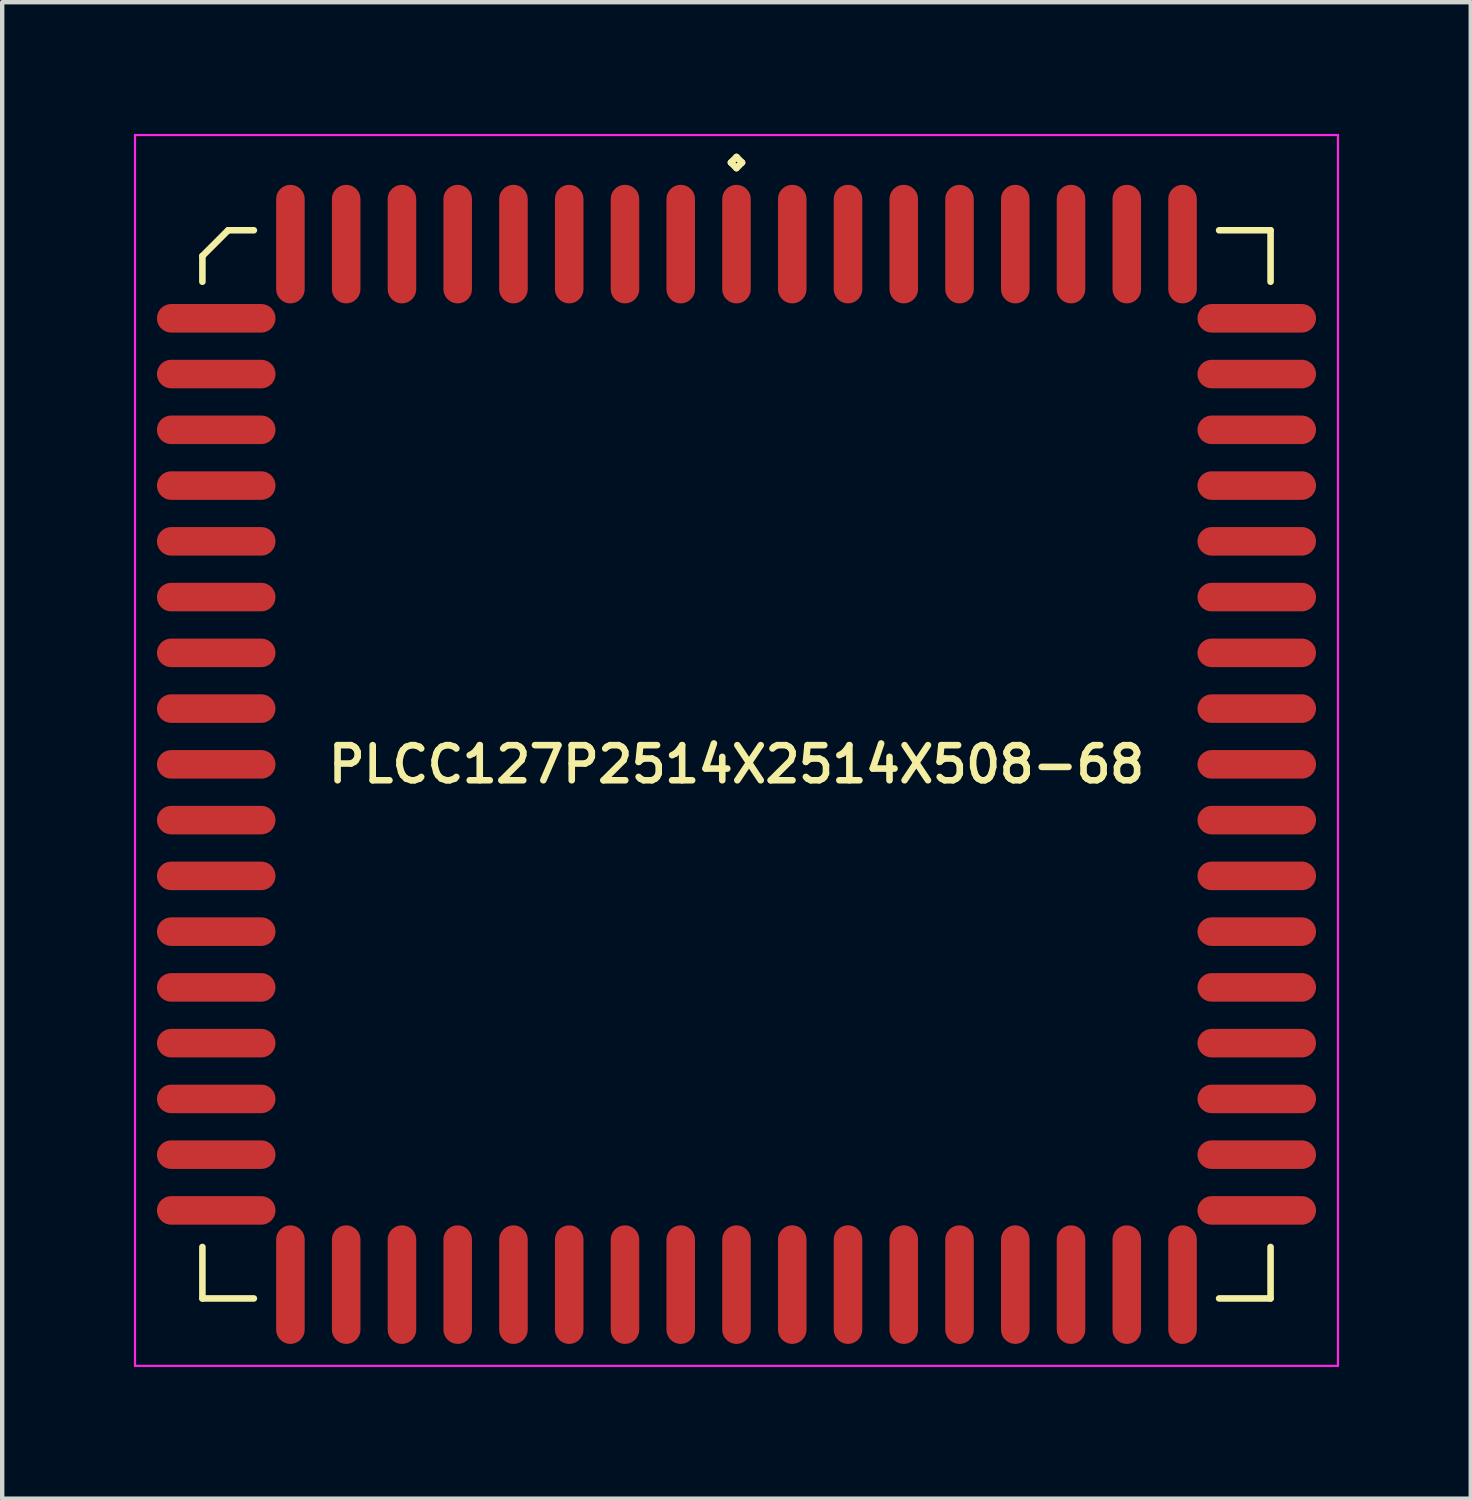
<source format=kicad_pcb>
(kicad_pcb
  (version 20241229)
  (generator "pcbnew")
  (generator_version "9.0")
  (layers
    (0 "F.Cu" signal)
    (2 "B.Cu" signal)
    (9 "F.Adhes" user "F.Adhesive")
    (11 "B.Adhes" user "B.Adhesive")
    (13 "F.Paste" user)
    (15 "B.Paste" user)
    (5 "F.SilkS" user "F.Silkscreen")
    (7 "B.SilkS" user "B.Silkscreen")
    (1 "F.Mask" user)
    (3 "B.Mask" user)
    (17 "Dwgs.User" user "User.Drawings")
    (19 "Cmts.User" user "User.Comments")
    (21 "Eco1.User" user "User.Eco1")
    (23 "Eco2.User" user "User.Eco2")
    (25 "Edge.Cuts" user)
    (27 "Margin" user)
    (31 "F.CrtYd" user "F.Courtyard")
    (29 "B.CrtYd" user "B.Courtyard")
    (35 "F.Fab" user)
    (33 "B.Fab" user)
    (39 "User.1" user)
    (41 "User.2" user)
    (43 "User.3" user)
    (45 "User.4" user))
  (footprint "PLCC127P2514X2514X508-68"
    (layer "F.Cu")
    (at 13.725 14.36)
    (property "Reference" "PLCC127P2514X2514X508-68" (at 0 0 0) (layer "F.SilkS") (effects (font (size 0.8 0.8) (thickness 0.15))))
    (attr smd)
    (fp_line (start -12.165 -11.579) (end -11.579 -12.165) (stroke (width 0.15) (type solid)) (layer "F.SilkS"))
    (fp_line (start -12.165 -10.993) (end -12.165 -11.579) (stroke (width 0.15) (type solid)) (layer "F.SilkS"))
    (fp_line (start -12.165 10.993) (end -12.165 12.165) (stroke (width 0.15) (type solid)) (layer "F.SilkS"))
    (fp_line (start -12.165 12.165) (end -10.993 12.165) (stroke (width 0.15) (type solid)) (layer "F.SilkS"))
    (fp_line (start -11.579 -12.165) (end -10.993 -12.165) (stroke (width 0.15) (type solid)) (layer "F.SilkS"))
    (fp_line (start -0.127 -13.708) (end 0 -13.835) (stroke (width 0.15) (type solid)) (layer "F.SilkS"))
    (fp_line (start 0 -13.835) (end 0.127 -13.708) (stroke (width 0.15) (type solid)) (layer "F.SilkS"))
    (fp_line (start 0 -13.581) (end -0.127 -13.708) (stroke (width 0.15) (type solid)) (layer "F.SilkS"))
    (fp_line (start 0.127 -13.708) (end 0 -13.581) (stroke (width 0.15) (type solid)) (layer "F.SilkS"))
    (fp_line (start 12.165 -12.165) (end 10.993 -12.165) (stroke (width 0.15) (type solid)) (layer "F.SilkS"))
    (fp_line (start 12.165 -10.993) (end 12.165 -12.165) (stroke (width 0.15) (type solid)) (layer "F.SilkS"))
    (fp_line (start 12.165 10.993) (end 12.165 12.165) (stroke (width 0.15) (type solid)) (layer "F.SilkS"))
    (fp_line (start 12.165 12.165) (end 10.993 12.165) (stroke (width 0.15) (type solid)) (layer "F.SilkS"))
    (fp_line (start -13.7 -14.335) (end 13.7 -14.335) (stroke (width 0.05) (type solid)) (layer "F.CrtYd"))
    (fp_line (start -13.7 13.7) (end -13.7 -14.335) (stroke (width 0.05) (type solid)) (layer "F.CrtYd"))
    (fp_line (start 13.7 -14.335) (end 13.7 13.7) (stroke (width 0.05) (type solid)) (layer "F.CrtYd"))
    (fp_line (start 13.7 13.7) (end -13.7 13.7) (stroke (width 0.05) (type solid)) (layer "F.CrtYd"))
    (pad "1" smd oval (at 0 -11.85) (size 0.65 2.7) (layers "F.Cu" "F.Mask" "F.Paste"))
    (pad "2" smd oval (at -1.27 -11.85) (size 0.65 2.7) (layers "F.Cu" "F.Mask" "F.Paste"))
    (pad "3" smd oval (at -2.54 -11.85) (size 0.65 2.7) (layers "F.Cu" "F.Mask" "F.Paste"))
    (pad "4" smd oval (at -3.81 -11.85) (size 0.65 2.7) (layers "F.Cu" "F.Mask" "F.Paste"))
    (pad "5" smd oval (at -5.08 -11.85) (size 0.65 2.7) (layers "F.Cu" "F.Mask" "F.Paste"))
    (pad "6" smd oval (at -6.35 -11.85) (size 0.65 2.7) (layers "F.Cu" "F.Mask" "F.Paste"))
    (pad "7" smd oval (at -7.62 -11.85) (size 0.65 2.7) (layers "F.Cu" "F.Mask" "F.Paste"))
    (pad "8" smd oval (at -8.89 -11.85) (size 0.65 2.7) (layers "F.Cu" "F.Mask" "F.Paste"))
    (pad "9" smd oval (at -10.16 -11.85) (size 0.65 2.7) (layers "F.Cu" "F.Mask" "F.Paste"))
    (pad "10" smd oval (at -11.85 -10.16) (size 2.7 0.65) (layers "F.Cu" "F.Mask" "F.Paste"))
    (pad "11" smd oval (at -11.85 -8.89) (size 2.7 0.65) (layers "F.Cu" "F.Mask" "F.Paste"))
    (pad "12" smd oval (at -11.85 -7.62) (size 2.7 0.65) (layers "F.Cu" "F.Mask" "F.Paste"))
    (pad "13" smd oval (at -11.85 -6.35) (size 2.7 0.65) (layers "F.Cu" "F.Mask" "F.Paste"))
    (pad "14" smd oval (at -11.85 -5.08) (size 2.7 0.65) (layers "F.Cu" "F.Mask" "F.Paste"))
    (pad "15" smd oval (at -11.85 -3.81) (size 2.7 0.65) (layers "F.Cu" "F.Mask" "F.Paste"))
    (pad "16" smd oval (at -11.85 -2.54) (size 2.7 0.65) (layers "F.Cu" "F.Mask" "F.Paste"))
    (pad "17" smd oval (at -11.85 -1.27) (size 2.7 0.65) (layers "F.Cu" "F.Mask" "F.Paste"))
    (pad "18" smd oval (at -11.85 0) (size 2.7 0.65) (layers "F.Cu" "F.Mask" "F.Paste"))
    (pad "19" smd oval (at -11.85 1.27) (size 2.7 0.65) (layers "F.Cu" "F.Mask" "F.Paste"))
    (pad "20" smd oval (at -11.85 2.54) (size 2.7 0.65) (layers "F.Cu" "F.Mask" "F.Paste"))
    (pad "21" smd oval (at -11.85 3.81) (size 2.7 0.65) (layers "F.Cu" "F.Mask" "F.Paste"))
    (pad "22" smd oval (at -11.85 5.08) (size 2.7 0.65) (layers "F.Cu" "F.Mask" "F.Paste"))
    (pad "23" smd oval (at -11.85 6.35) (size 2.7 0.65) (layers "F.Cu" "F.Mask" "F.Paste"))
    (pad "24" smd oval (at -11.85 7.62) (size 2.7 0.65) (layers "F.Cu" "F.Mask" "F.Paste"))
    (pad "25" smd oval (at -11.85 8.89) (size 2.7 0.65) (layers "F.Cu" "F.Mask" "F.Paste"))
    (pad "26" smd oval (at -11.85 10.16) (size 2.7 0.65) (layers "F.Cu" "F.Mask" "F.Paste"))
    (pad "27" smd oval (at -10.16 11.85) (size 0.65 2.7) (layers "F.Cu" "F.Mask" "F.Paste"))
    (pad "28" smd oval (at -8.89 11.85) (size 0.65 2.7) (layers "F.Cu" "F.Mask" "F.Paste"))
    (pad "29" smd oval (at -7.62 11.85) (size 0.65 2.7) (layers "F.Cu" "F.Mask" "F.Paste"))
    (pad "30" smd oval (at -6.35 11.85) (size 0.65 2.7) (layers "F.Cu" "F.Mask" "F.Paste"))
    (pad "31" smd oval (at -5.08 11.85) (size 0.65 2.7) (layers "F.Cu" "F.Mask" "F.Paste"))
    (pad "32" smd oval (at -3.81 11.85) (size 0.65 2.7) (layers "F.Cu" "F.Mask" "F.Paste"))
    (pad "33" smd oval (at -2.54 11.85) (size 0.65 2.7) (layers "F.Cu" "F.Mask" "F.Paste"))
    (pad "34" smd oval (at -1.27 11.85) (size 0.65 2.7) (layers "F.Cu" "F.Mask" "F.Paste"))
    (pad "35" smd oval (at 0 11.85) (size 0.65 2.7) (layers "F.Cu" "F.Mask" "F.Paste"))
    (pad "36" smd oval (at 1.27 11.85) (size 0.65 2.7) (layers "F.Cu" "F.Mask" "F.Paste"))
    (pad "37" smd oval (at 2.54 11.85) (size 0.65 2.7) (layers "F.Cu" "F.Mask" "F.Paste"))
    (pad "38" smd oval (at 3.81 11.85) (size 0.65 2.7) (layers "F.Cu" "F.Mask" "F.Paste"))
    (pad "39" smd oval (at 5.08 11.85) (size 0.65 2.7) (layers "F.Cu" "F.Mask" "F.Paste"))
    (pad "40" smd oval (at 6.35 11.85) (size 0.65 2.7) (layers "F.Cu" "F.Mask" "F.Paste"))
    (pad "41" smd oval (at 7.62 11.85) (size 0.65 2.7) (layers "F.Cu" "F.Mask" "F.Paste"))
    (pad "42" smd oval (at 8.89 11.85) (size 0.65 2.7) (layers "F.Cu" "F.Mask" "F.Paste"))
    (pad "43" smd oval (at 10.16 11.85) (size 0.65 2.7) (layers "F.Cu" "F.Mask" "F.Paste"))
    (pad "44" smd oval (at 11.85 10.16) (size 2.7 0.65) (layers "F.Cu" "F.Mask" "F.Paste"))
    (pad "45" smd oval (at 11.85 8.89) (size 2.7 0.65) (layers "F.Cu" "F.Mask" "F.Paste"))
    (pad "46" smd oval (at 11.85 7.62) (size 2.7 0.65) (layers "F.Cu" "F.Mask" "F.Paste"))
    (pad "47" smd oval (at 11.85 6.35) (size 2.7 0.65) (layers "F.Cu" "F.Mask" "F.Paste"))
    (pad "48" smd oval (at 11.85 5.08) (size 2.7 0.65) (layers "F.Cu" "F.Mask" "F.Paste"))
    (pad "49" smd oval (at 11.85 3.81) (size 2.7 0.65) (layers "F.Cu" "F.Mask" "F.Paste"))
    (pad "50" smd oval (at 11.85 2.54) (size 2.7 0.65) (layers "F.Cu" "F.Mask" "F.Paste"))
    (pad "51" smd oval (at 11.85 1.27) (size 2.7 0.65) (layers "F.Cu" "F.Mask" "F.Paste"))
    (pad "52" smd oval (at 11.85 0) (size 2.7 0.65) (layers "F.Cu" "F.Mask" "F.Paste"))
    (pad "53" smd oval (at 11.85 -1.27) (size 2.7 0.65) (layers "F.Cu" "F.Mask" "F.Paste"))
    (pad "54" smd oval (at 11.85 -2.54) (size 2.7 0.65) (layers "F.Cu" "F.Mask" "F.Paste"))
    (pad "55" smd oval (at 11.85 -3.81) (size 2.7 0.65) (layers "F.Cu" "F.Mask" "F.Paste"))
    (pad "56" smd oval (at 11.85 -5.08) (size 2.7 0.65) (layers "F.Cu" "F.Mask" "F.Paste"))
    (pad "57" smd oval (at 11.85 -6.35) (size 2.7 0.65) (layers "F.Cu" "F.Mask" "F.Paste"))
    (pad "58" smd oval (at 11.85 -7.62) (size 2.7 0.65) (layers "F.Cu" "F.Mask" "F.Paste"))
    (pad "59" smd oval (at 11.85 -8.89) (size 2.7 0.65) (layers "F.Cu" "F.Mask" "F.Paste"))
    (pad "60" smd oval (at 11.85 -10.16) (size 2.7 0.65) (layers "F.Cu" "F.Mask" "F.Paste"))
    (pad "61" smd oval (at 10.16 -11.85) (size 0.65 2.7) (layers "F.Cu" "F.Mask" "F.Paste"))
    (pad "62" smd oval (at 8.89 -11.85) (size 0.65 2.7) (layers "F.Cu" "F.Mask" "F.Paste"))
    (pad "63" smd oval (at 7.62 -11.85) (size 0.65 2.7) (layers "F.Cu" "F.Mask" "F.Paste"))
    (pad "64" smd oval (at 6.35 -11.85) (size 0.65 2.7) (layers "F.Cu" "F.Mask" "F.Paste"))
    (pad "65" smd oval (at 5.08 -11.85) (size 0.65 2.7) (layers "F.Cu" "F.Mask" "F.Paste"))
    (pad "66" smd oval (at 3.81 -11.85) (size 0.65 2.7) (layers "F.Cu" "F.Mask" "F.Paste"))
    (pad "67" smd oval (at 2.54 -11.85) (size 0.65 2.7) (layers "F.Cu" "F.Mask" "F.Paste"))
    (pad "68" smd oval (at 1.27 -11.85) (size 0.65 2.7) (layers "F.Cu" "F.Mask" "F.Paste")))
  (gr_rect
    (start -3 -3)
    (end 30.45 31.085)
    (stroke (width 0.1) (type default))
    (fill no)
    (layer "Edge.Cuts")))
</source>
